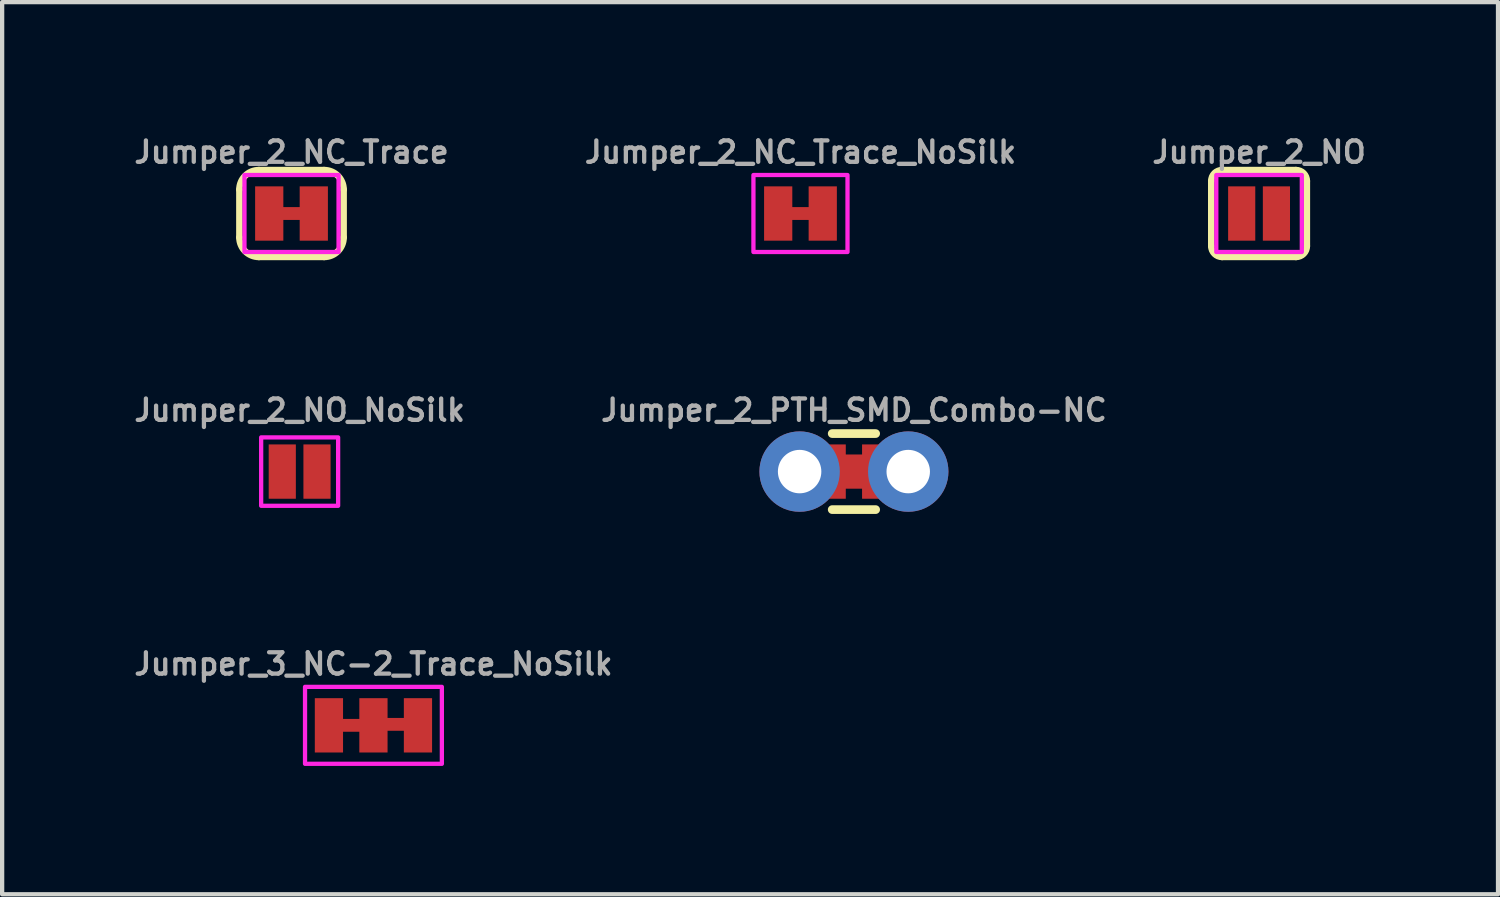
<source format=kicad_pcb>
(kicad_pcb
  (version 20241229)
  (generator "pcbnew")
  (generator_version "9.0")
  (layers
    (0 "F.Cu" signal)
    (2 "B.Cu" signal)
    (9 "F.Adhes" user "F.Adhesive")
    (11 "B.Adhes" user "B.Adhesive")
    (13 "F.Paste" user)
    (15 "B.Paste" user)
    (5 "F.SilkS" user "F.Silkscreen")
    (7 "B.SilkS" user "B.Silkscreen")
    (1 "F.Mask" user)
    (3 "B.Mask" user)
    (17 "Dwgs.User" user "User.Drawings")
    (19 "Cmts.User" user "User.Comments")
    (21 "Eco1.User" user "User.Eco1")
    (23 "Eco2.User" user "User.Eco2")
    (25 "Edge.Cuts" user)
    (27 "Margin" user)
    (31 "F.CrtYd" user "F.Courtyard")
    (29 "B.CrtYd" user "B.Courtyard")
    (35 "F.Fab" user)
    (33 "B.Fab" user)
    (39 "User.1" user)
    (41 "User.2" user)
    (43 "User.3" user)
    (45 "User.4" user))
  (footprint "Jumper_3_NC-2_Trace_NoSilk"
    (layer "F.Cu")
    (at 5.683 13.912)
    (property "Reference" "Jumper_3_NC-2_Trace_NoSilk" (at 0 -1.143 0) (layer "F.Fab") (effects (font (size 0.5 0.5) (thickness 0.1) (bold yes)) (justify bottom)))
    (attr allow_soldermask_bridges)
    (fp_poly (pts (xy -0.771 -0.15) (xy -0.271 -0.15) (xy -0.271 0.15) (xy -0.771 0.15)) (stroke (width 0) (type solid)) (fill yes) (layer "F.Cu"))
    (fp_poly (pts (xy 0.262 -0.173) (xy 0.762 -0.173) (xy 0.762 0.127) (xy 0.262 0.127)) (stroke (width 0) (type solid)) (fill yes) (layer "F.Cu"))
    (fp_poly (pts (xy -0.267 0.24) (xy -0.775 0.24) (xy -0.775 -0.24) (xy -0.267 -0.24)) (stroke (width 0) (type default)) (fill yes) (layer "F.Mask"))
    (fp_poly (pts (xy 0.766 0.217) (xy 0.258 0.217) (xy 0.258 -0.264) (xy 0.766 -0.264)) (stroke (width 0) (type default)) (fill yes) (layer "F.Mask"))
    (fp_rect (start 1.6 -0.9) (end -1.6 0.9) (stroke (width 0.1) (type default)) (fill no) (layer "F.CrtYd"))
    (pad "1" smd rect (at -1.041 0) (size 0.66 1.27) (layers "F.Cu" "F.Mask"))
    (pad "2" smd rect (at 0 0) (size 0.66 1.27) (layers "F.Cu" "F.Mask"))
    (pad "3" smd rect (at 1.041 0 180) (size 0.66 1.27) (layers "F.Cu" "F.Mask")))
  (footprint "Jumper_2_NC_Trace"
    (layer "F.Cu")
    (at 3.767 1.943)
    (property "Reference" "Jumper_2_NC_Trace" (at 0 -1.143 0) (layer "F.Fab") (effects (font (size 0.5 0.5) (thickness 0.1) (bold yes)) (justify bottom)))
    (attr allow_soldermask_bridges)
    (fp_poly (pts (xy -0.25 -0.15) (xy 0.25 -0.15) (xy 0.25 0.15) (xy -0.25 0.15)) (stroke (width 0) (type solid)) (fill yes) (layer "F.Cu"))
    (fp_poly (pts (xy 0.254 0.24) (xy -0.254 0.24) (xy -0.254 -0.24) (xy 0.254 -0.24)) (stroke (width 0) (type default)) (fill yes) (layer "F.Mask"))
    (fp_line (start -1.219 0.559) (end -1.219 -0.559) (stroke (width 0.152) (type solid)) (layer "F.SilkS"))
    (fp_line (start -0.762 -1.016) (end 0.762 -1.016) (stroke (width 0.152) (type solid)) (layer "F.SilkS"))
    (fp_line (start 0.762 1.016) (end -0.762 1.016) (stroke (width 0.152) (type solid)) (layer "F.SilkS"))
    (fp_line (start 1.219 0.559) (end 1.219 -0.559) (stroke (width 0.152) (type solid)) (layer "F.SilkS"))
    (fp_arc (start -1.2192 -0.5588) (mid -1.085289 -0.882089) (end -0.762 -1.016) (stroke (width 0.1524) (type solid)) (layer "F.SilkS"))
    (fp_arc (start -0.762 1.016) (mid -1.085289 0.882089) (end -1.2192 0.5588) (stroke (width 0.1524) (type solid)) (layer "F.SilkS"))
    (fp_arc (start 0.762 -1.016) (mid 1.08529 -0.88209) (end 1.2192 -0.5588) (stroke (width 0.1524) (type solid)) (layer "F.SilkS"))
    (fp_arc (start 1.2192 0.5588) (mid 1.08529 0.88209) (end 0.762 1.016) (stroke (width 0.1524) (type solid)) (layer "F.SilkS"))
    (fp_rect (start -1.1 -0.9) (end 1.1 0.9) (stroke (width 0.1) (type default)) (fill no) (layer "F.CrtYd"))
    (pad "1" smd rect (at -0.521 0) (size 0.66 1.27) (layers "F.Cu" "F.Mask"))
    (pad "2" smd rect (at 0.521 0) (size 0.66 1.27) (layers "F.Cu" "F.Mask")))
  (footprint "Jumper_2_NO"
    (layer "F.Cu")
    (at 26.393 1.943)
    (property "Reference" "Jumper_2_NO" (at 0 -1.143 0) (layer "F.Fab") (effects (font (size 0.5 0.5) (thickness 0.1) (bold yes)) (justify bottom)))
    (fp_line (start -1.118 0.762) (end -1.118 -0.762) (stroke (width 0.152) (type solid)) (layer "F.SilkS"))
    (fp_line (start -0.864 -1.016) (end 0.864 -1.016) (stroke (width 0.152) (type solid)) (layer "F.SilkS"))
    (fp_line (start 0.864 1.016) (end -0.864 1.016) (stroke (width 0.152) (type solid)) (layer "F.SilkS"))
    (fp_line (start 1.118 0.762) (end 1.118 -0.762) (stroke (width 0.152) (type solid)) (layer "F.SilkS"))
    (fp_arc (start -1.1176 -0.762) (mid -1.043205 -0.941605) (end -0.8636 -1.016) (stroke (width 0.1524) (type solid)) (layer "F.SilkS"))
    (fp_arc (start -0.8636 1.016) (mid -1.043205 0.941605) (end -1.1176 0.762) (stroke (width 0.1524) (type solid)) (layer "F.SilkS"))
    (fp_arc (start 0.8636 -1.016) (mid 1.043205 -0.941605) (end 1.1176 -0.762) (stroke (width 0.1524) (type solid)) (layer "F.SilkS"))
    (fp_arc (start 1.1176 0.762) (mid 1.043205 0.941605) (end 0.8636 1.016) (stroke (width 0.1524) (type solid)) (layer "F.SilkS"))
    (fp_rect (start 1 -0.9) (end -1 0.9) (stroke (width 0.1) (type default)) (fill no) (layer "F.CrtYd"))
    (pad "1" smd rect (at -0.406 0) (size 0.635 1.27) (layers "F.Cu" "F.Mask"))
    (pad "2" smd rect (at 0.406 0) (size 0.635 1.27) (layers "F.Cu" "F.Mask")))
  (footprint "Jumper_2_PTH_SMD_Combo-NC"
    (layer "F.Cu")
    (at 16.919 7.978)
    (property "Reference" "Jumper_2_PTH_SMD_Combo-NC" (at 0 -1.143 0) (layer "F.Fab") (effects (font (size 0.5 0.5) (thickness 0.1) (bold yes)) (justify bottom)))
    (attr allow_soldermask_bridges)
    (fp_rect (start -0.25 -0.4) (end 0.25 0.4) (stroke (width 0) (type solid)) (fill yes) (layer "F.Cu"))
    (fp_poly (pts (xy 0.254 0.724) (xy -0.254 0.724) (xy -0.254 -0.724) (xy 0.254 -0.724)) (stroke (width 0) (type default)) (fill yes) (layer "F.Mask"))
    (fp_line (start 0.508 -0.889) (end -0.508 -0.889) (stroke (width 0.203) (type solid)) (layer "F.SilkS"))
    (fp_line (start 0.508 0.889) (end -0.508 0.889) (stroke (width 0.203) (type solid)) (layer "F.SilkS"))
    (fp_poly (pts (xy -1.524 0.254) (xy -1.016 0.254) (xy -1.016 -0.254) (xy -1.524 -0.254)) (stroke (width 0.1) (type default)) (fill no) (layer "F.Fab"))
    (fp_poly (pts (xy 1.016 0.254) (xy 1.524 0.254) (xy 1.524 -0.254) (xy 1.016 -0.254)) (stroke (width 0.1) (type default)) (fill no) (layer "F.Fab"))
    (pad "1" thru_hole circle (at -1.27 0 90) (size 1.88 1.88) (drill 1.016) (layers "*.Cu" "*.Mask"))
    (pad "1" smd rect (at -0.508 0) (size 0.635 1.27) (layers "F.Cu" "F.Mask"))
    (pad "2" smd rect (at 0.508 0) (size 0.635 1.27) (layers "F.Cu" "F.Mask"))
    (pad "2" thru_hole circle (at 1.27 0 90) (size 1.88 1.88) (drill 1.016) (layers "*.Cu" "*.Mask")))
  (footprint "Jumper_2_NO_NoSilk"
    (layer "F.Cu")
    (at 3.957 7.978)
    (property "Reference" "Jumper_2_NO_NoSilk" (at 0 -1.143 0) (layer "F.Fab") (effects (font (size 0.5 0.5) (thickness 0.1) (bold yes)) (justify bottom)))
    (fp_rect (start -0.9 -0.8) (end 0.9 0.8) (stroke (width 0.1) (type default)) (fill no) (layer "F.CrtYd"))
    (pad "1" smd rect (at -0.406 0) (size 0.635 1.27) (layers "F.Cu" "F.Mask"))
    (pad "2" smd rect (at 0.406 0) (size 0.635 1.27) (layers "F.Cu" "F.Mask")))
  (footprint "Jumper_2_NC_Trace_NoSilk"
    (layer "F.Cu")
    (at 15.669 1.943)
    (property "Reference" "Jumper_2_NC_Trace_NoSilk" (at 0 -1.143 0) (layer "F.Fab") (effects (font (size 0.5 0.5) (thickness 0.1) (bold yes)) (justify bottom)))
    (attr allow_soldermask_bridges)
    (fp_poly (pts (xy -0.25 -0.15) (xy 0.25 -0.15) (xy 0.25 0.15) (xy -0.25 0.15)) (stroke (width 0) (type solid)) (fill yes) (layer "F.Cu"))
    (fp_poly (pts (xy 0.254 0.24) (xy -0.254 0.24) (xy -0.254 -0.24) (xy 0.254 -0.24)) (stroke (width 0) (type default)) (fill yes) (layer "F.Mask"))
    (fp_rect (start 1.1 -0.9) (end -1.1 0.9) (stroke (width 0.1) (type default)) (fill no) (layer "F.CrtYd"))
    (pad "1" smd rect (at -0.521 0) (size 0.66 1.27) (layers "F.Cu" "F.Mask"))
    (pad "2" smd rect (at 0.521 0) (size 0.66 1.27) (layers "F.Cu" "F.Mask")))
  (gr_rect
    (start -3 -3)
    (end 31.981 17.862)
    (stroke (width 0.1) (type default))
    (fill no)
    (layer "Edge.Cuts")))
</source>
